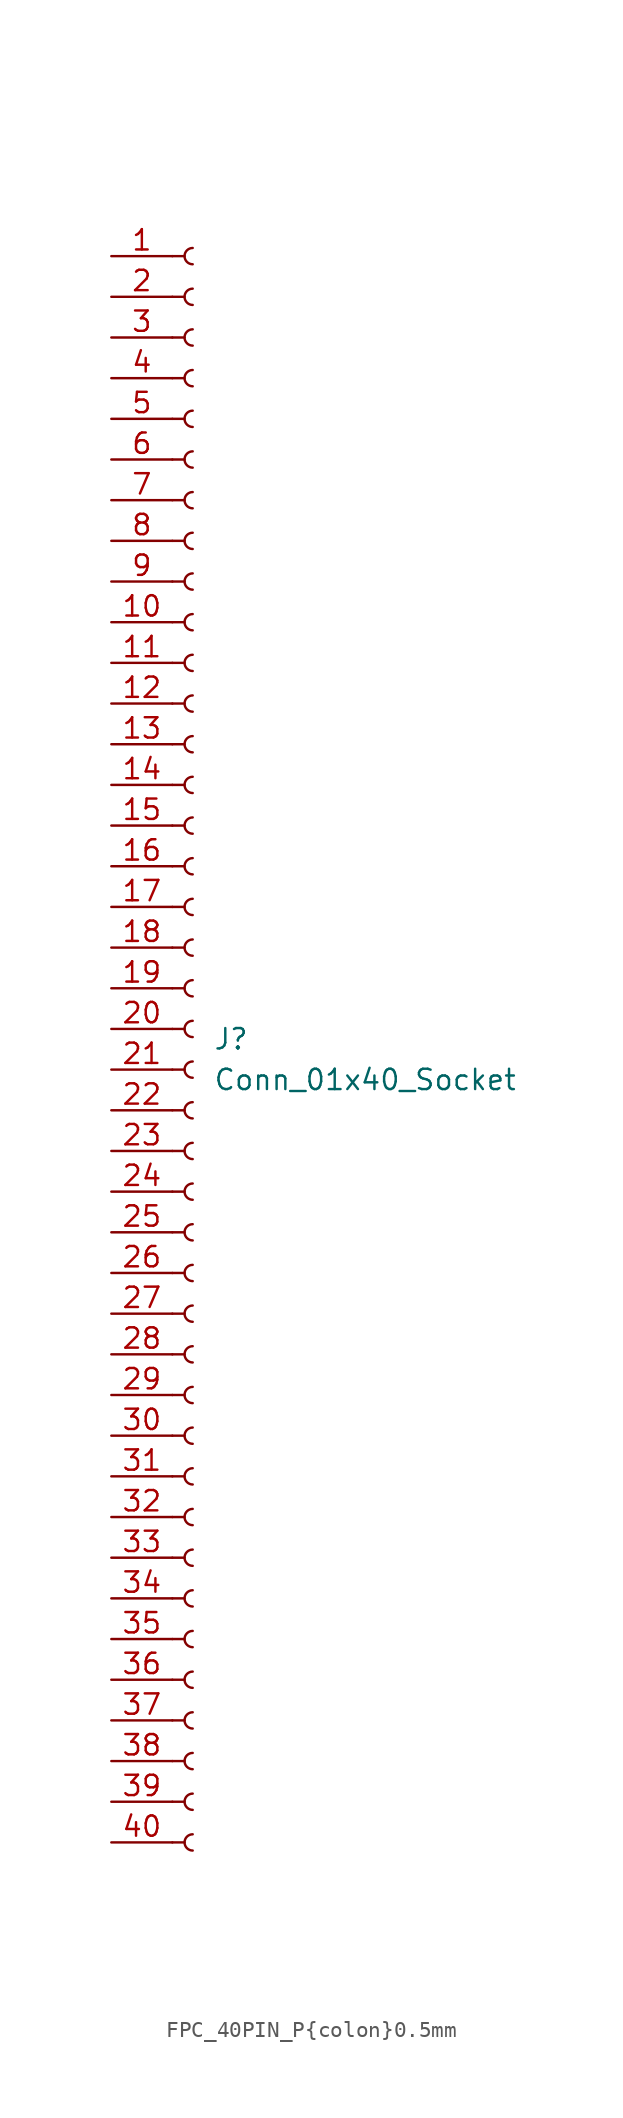
<source format=kicad_sym>
(kicad_symbol_lib
  (version 20220914)
  (generator kicad_symbol_editor)
  (symbol "FPC_40PIN_P{colon}0.5mm"
    (pin_names
      (offset 1.016) hide)
    (property "Reference" "J"
      (at 1.27 -0.635 0)
      (effects (font (size 1.27 1.27)) (justify left)))
    (property "Value" "Conn_01x40_Socket"
      (at 1.27 -3.175 0)
      (effects (font (size 1.27 1.27)) (justify left)))
    (property "mlc code" ""
      (at 0 0 0)
      (effects (font (size 1.27 1.27))))
    (property "MPN" ""
      (at 0 0 0)
      (effects (font (size 1.27 1.27))))
    (property "Manufacturer" ""
      (at 0 0 0)
      (effects (font (size 1.27 1.27))))
    (property "Main Value" ""
      (at 0 0 0)
      (effects (font (size 1.27 1.27))))
    (symbol "FPC_40PIN_P{colon}0.5mm_1_1"
      (arc (start 0 -50.292) (mid -0.5058 -50.8) (end 0 -51.308) (stroke (width 0.1524) (type default)) (fill (type none)))
      (arc (start 0 -47.752) (mid -0.5058 -48.26) (end 0 -48.768) (stroke (width 0.1524) (type default)) (fill (type none)))
      (arc (start 0 -45.212) (mid -0.5058 -45.72) (end 0 -46.228) (stroke (width 0.1524) (type default)) (fill (type none)))
      (arc (start 0 -42.672) (mid -0.5058 -43.18) (end 0 -43.688) (stroke (width 0.1524) (type default)) (fill (type none)))
      (arc (start 0 -40.132) (mid -0.5058 -40.64) (end 0 -41.148) (stroke (width 0.1524) (type default)) (fill (type none)))
      (arc (start 0 -37.592) (mid -0.5058 -38.1) (end 0 -38.608) (stroke (width 0.1524) (type default)) (fill (type none)))
      (arc (start 0 -35.052) (mid -0.5058 -35.56) (end 0 -36.068) (stroke (width 0.1524) (type default)) (fill (type none)))
      (arc (start 0 -32.512) (mid -0.5058 -33.02) (end 0 -33.528) (stroke (width 0.1524) (type default)) (fill (type none)))
      (arc (start 0 -29.972) (mid -0.5058 -30.48) (end 0 -30.988) (stroke (width 0.1524) (type default)) (fill (type none)))
      (arc (start 0 -27.432) (mid -0.5058 -27.94) (end 0 -28.448) (stroke (width 0.1524) (type default)) (fill (type none)))
      (arc (start 0 -24.892) (mid -0.5058 -25.4) (end 0 -25.908) (stroke (width 0.1524) (type default)) (fill (type none)))
      (arc (start 0 -22.352) (mid -0.5058 -22.86) (end 0 -23.368) (stroke (width 0.1524) (type default)) (fill (type none)))
      (arc (start 0 -19.812) (mid -0.5058 -20.32) (end 0 -20.828) (stroke (width 0.1524) (type default)) (fill (type none)))
      (arc (start 0 -17.272) (mid -0.5058 -17.78) (end 0 -18.288) (stroke (width 0.1524) (type default)) (fill (type none)))
      (arc (start 0 -14.732) (mid -0.5058 -15.24) (end 0 -15.748) (stroke (width 0.1524) (type default)) (fill (type none)))
      (arc (start 0 -12.192) (mid -0.5058 -12.7) (end 0 -13.208) (stroke (width 0.1524) (type default)) (fill (type none)))
      (arc (start 0 -9.652) (mid -0.5058 -10.16) (end 0 -10.668) (stroke (width 0.1524) (type default)) (fill (type none)))
      (arc (start 0 -7.112) (mid -0.5058 -7.62) (end 0 -8.128) (stroke (width 0.1524) (type default)) (fill (type none)))
      (arc (start 0 -4.572) (mid -0.5058 -5.08) (end 0 -5.588) (stroke (width 0.1524) (type default)) (fill (type none)))
      (arc (start 0 -2.032) (mid -0.5058 -2.54) (end 0 -3.048) (stroke (width 0.1524) (type default)) (fill (type none)))
      (polyline (pts (xy -1.27 -50.8) (xy -0.508 -50.8)) (stroke (width 0.152) (type default)) (fill (type none)))
      (polyline (pts (xy -1.27 -48.26) (xy -0.508 -48.26)) (stroke (width 0.152) (type default)) (fill (type none)))
      (polyline (pts (xy -1.27 -45.72) (xy -0.508 -45.72)) (stroke (width 0.152) (type default)) (fill (type none)))
      (polyline (pts (xy -1.27 -43.18) (xy -0.508 -43.18)) (stroke (width 0.152) (type default)) (fill (type none)))
      (polyline (pts (xy -1.27 -40.64) (xy -0.508 -40.64)) (stroke (width 0.152) (type default)) (fill (type none)))
      (polyline (pts (xy -1.27 -38.1) (xy -0.508 -38.1)) (stroke (width 0.152) (type default)) (fill (type none)))
      (polyline (pts (xy -1.27 -35.56) (xy -0.508 -35.56)) (stroke (width 0.152) (type default)) (fill (type none)))
      (polyline (pts (xy -1.27 -33.02) (xy -0.508 -33.02)) (stroke (width 0.152) (type default)) (fill (type none)))
      (polyline (pts (xy -1.27 -30.48) (xy -0.508 -30.48)) (stroke (width 0.152) (type default)) (fill (type none)))
      (polyline (pts (xy -1.27 -27.94) (xy -0.508 -27.94)) (stroke (width 0.152) (type default)) (fill (type none)))
      (polyline (pts (xy -1.27 -25.4) (xy -0.508 -25.4)) (stroke (width 0.152) (type default)) (fill (type none)))
      (polyline (pts (xy -1.27 -22.86) (xy -0.508 -22.86)) (stroke (width 0.152) (type default)) (fill (type none)))
      (polyline (pts (xy -1.27 -20.32) (xy -0.508 -20.32)) (stroke (width 0.152) (type default)) (fill (type none)))
      (polyline (pts (xy -1.27 -17.78) (xy -0.508 -17.78)) (stroke (width 0.152) (type default)) (fill (type none)))
      (polyline (pts (xy -1.27 -15.24) (xy -0.508 -15.24)) (stroke (width 0.152) (type default)) (fill (type none)))
      (polyline (pts (xy -1.27 -12.7) (xy -0.508 -12.7)) (stroke (width 0.152) (type default)) (fill (type none)))
      (polyline (pts (xy -1.27 -10.16) (xy -0.508 -10.16)) (stroke (width 0.152) (type default)) (fill (type none)))
      (polyline (pts (xy -1.27 -7.62) (xy -0.508 -7.62)) (stroke (width 0.152) (type default)) (fill (type none)))
      (polyline (pts (xy -1.27 -5.08) (xy -0.508 -5.08)) (stroke (width 0.152) (type default)) (fill (type none)))
      (polyline (pts (xy -1.27 -2.54) (xy -0.508 -2.54)) (stroke (width 0.152) (type default)) (fill (type none)))
      (polyline (pts (xy -1.27 0) (xy -0.508 0)) (stroke (width 0.152) (type default)) (fill (type none)))
      (polyline (pts (xy -1.27 2.54) (xy -0.508 2.54)) (stroke (width 0.152) (type default)) (fill (type none)))
      (polyline (pts (xy -1.27 5.08) (xy -0.508 5.08)) (stroke (width 0.152) (type default)) (fill (type none)))
      (polyline (pts (xy -1.27 7.62) (xy -0.508 7.62)) (stroke (width 0.152) (type default)) (fill (type none)))
      (polyline (pts (xy -1.27 10.16) (xy -0.508 10.16)) (stroke (width 0.152) (type default)) (fill (type none)))
      (polyline (pts (xy -1.27 12.7) (xy -0.508 12.7)) (stroke (width 0.152) (type default)) (fill (type none)))
      (polyline (pts (xy -1.27 15.24) (xy -0.508 15.24)) (stroke (width 0.152) (type default)) (fill (type none)))
      (polyline (pts (xy -1.27 17.78) (xy -0.508 17.78)) (stroke (width 0.152) (type default)) (fill (type none)))
      (polyline (pts (xy -1.27 20.32) (xy -0.508 20.32)) (stroke (width 0.152) (type default)) (fill (type none)))
      (polyline (pts (xy -1.27 22.86) (xy -0.508 22.86)) (stroke (width 0.152) (type default)) (fill (type none)))
      (polyline (pts (xy -1.27 25.4) (xy -0.508 25.4)) (stroke (width 0.152) (type default)) (fill (type none)))
      (polyline (pts (xy -1.27 27.94) (xy -0.508 27.94)) (stroke (width 0.152) (type default)) (fill (type none)))
      (polyline (pts (xy -1.27 30.48) (xy -0.508 30.48)) (stroke (width 0.152) (type default)) (fill (type none)))
      (polyline (pts (xy -1.27 33.02) (xy -0.508 33.02)) (stroke (width 0.152) (type default)) (fill (type none)))
      (polyline (pts (xy -1.27 35.56) (xy -0.508 35.56)) (stroke (width 0.152) (type default)) (fill (type none)))
      (polyline (pts (xy -1.27 38.1) (xy -0.508 38.1)) (stroke (width 0.152) (type default)) (fill (type none)))
      (polyline (pts (xy -1.27 40.64) (xy -0.508 40.64)) (stroke (width 0.152) (type default)) (fill (type none)))
      (polyline (pts (xy -1.27 43.18) (xy -0.508 43.18)) (stroke (width 0.152) (type default)) (fill (type none)))
      (polyline (pts (xy -1.27 45.72) (xy -0.508 45.72)) (stroke (width 0.152) (type default)) (fill (type none)))
      (polyline (pts (xy -1.27 48.26) (xy -0.508 48.26)) (stroke (width 0.152) (type default)) (fill (type none)))
      (arc (start 0 0.508) (mid -0.5058 0) (end 0 -0.508) (stroke (width 0.1524) (type default)) (fill (type none)))
      (arc (start 0 3.048) (mid -0.5058 2.54) (end 0 2.032) (stroke (width 0.1524) (type default)) (fill (type none)))
      (arc (start 0 5.588) (mid -0.5058 5.08) (end 0 4.572) (stroke (width 0.1524) (type default)) (fill (type none)))
      (arc (start 0 8.128) (mid -0.5058 7.62) (end 0 7.112) (stroke (width 0.1524) (type default)) (fill (type none)))
      (arc (start 0 10.668) (mid -0.5058 10.16) (end 0 9.652) (stroke (width 0.1524) (type default)) (fill (type none)))
      (arc (start 0 13.208) (mid -0.5058 12.7) (end 0 12.192) (stroke (width 0.1524) (type default)) (fill (type none)))
      (arc (start 0 15.748) (mid -0.5058 15.24) (end 0 14.732) (stroke (width 0.1524) (type default)) (fill (type none)))
      (arc (start 0 18.288) (mid -0.5058 17.78) (end 0 17.272) (stroke (width 0.1524) (type default)) (fill (type none)))
      (arc (start 0 20.828) (mid -0.5058 20.32) (end 0 19.812) (stroke (width 0.1524) (type default)) (fill (type none)))
      (arc (start 0 23.368) (mid -0.5058 22.86) (end 0 22.352) (stroke (width 0.1524) (type default)) (fill (type none)))
      (arc (start 0 25.908) (mid -0.5058 25.4) (end 0 24.892) (stroke (width 0.1524) (type default)) (fill (type none)))
      (arc (start 0 28.448) (mid -0.5058 27.94) (end 0 27.432) (stroke (width 0.1524) (type default)) (fill (type none)))
      (arc (start 0 30.988) (mid -0.5058 30.48) (end 0 29.972) (stroke (width 0.1524) (type default)) (fill (type none)))
      (arc (start 0 33.528) (mid -0.5058 33.02) (end 0 32.512) (stroke (width 0.1524) (type default)) (fill (type none)))
      (arc (start 0 36.068) (mid -0.5058 35.56) (end 0 35.052) (stroke (width 0.1524) (type default)) (fill (type none)))
      (arc (start 0 38.608) (mid -0.5058 38.1) (end 0 37.592) (stroke (width 0.1524) (type default)) (fill (type none)))
      (arc (start 0 41.148) (mid -0.5058 40.64) (end 0 40.132) (stroke (width 0.1524) (type default)) (fill (type none)))
      (arc (start 0 43.688) (mid -0.5058 43.18) (end 0 42.672) (stroke (width 0.1524) (type default)) (fill (type none)))
      (arc (start 0 46.228) (mid -0.5058 45.72) (end 0 45.212) (stroke (width 0.1524) (type default)) (fill (type none)))
      (arc (start 0 48.768) (mid -0.5058 48.26) (end 0 47.752) (stroke (width 0.1524) (type default)) (fill (type none)))
      (pin passive line (at -5.08 48.26 0) (length 3.81) (name "Pin_1" (effects (font (size 1.27 1.27)))) (number "1" (effects (font (size 1.27 1.27)))))
      (pin passive line (at -5.08 25.4 0) (length 3.81) (name "Pin_10" (effects (font (size 1.27 1.27)))) (number "10" (effects (font (size 1.27 1.27)))))
      (pin passive line (at -5.08 22.86 0) (length 3.81) (name "Pin_11" (effects (font (size 1.27 1.27)))) (number "11" (effects (font (size 1.27 1.27)))))
      (pin passive line (at -5.08 20.32 0) (length 3.81) (name "Pin_12" (effects (font (size 1.27 1.27)))) (number "12" (effects (font (size 1.27 1.27)))))
      (pin passive line (at -5.08 17.78 0) (length 3.81) (name "Pin_13" (effects (font (size 1.27 1.27)))) (number "13" (effects (font (size 1.27 1.27)))))
      (pin passive line (at -5.08 15.24 0) (length 3.81) (name "Pin_14" (effects (font (size 1.27 1.27)))) (number "14" (effects (font (size 1.27 1.27)))))
      (pin passive line (at -5.08 12.7 0) (length 3.81) (name "Pin_15" (effects (font (size 1.27 1.27)))) (number "15" (effects (font (size 1.27 1.27)))))
      (pin passive line (at -5.08 10.16 0) (length 3.81) (name "Pin_16" (effects (font (size 1.27 1.27)))) (number "16" (effects (font (size 1.27 1.27)))))
      (pin passive line (at -5.08 7.62 0) (length 3.81) (name "Pin_17" (effects (font (size 1.27 1.27)))) (number "17" (effects (font (size 1.27 1.27)))))
      (pin passive line (at -5.08 5.08 0) (length 3.81) (name "Pin_18" (effects (font (size 1.27 1.27)))) (number "18" (effects (font (size 1.27 1.27)))))
      (pin passive line (at -5.08 2.54 0) (length 3.81) (name "Pin_19" (effects (font (size 1.27 1.27)))) (number "19" (effects (font (size 1.27 1.27)))))
      (pin passive line (at -5.08 45.72 0) (length 3.81) (name "Pin_2" (effects (font (size 1.27 1.27)))) (number "2" (effects (font (size 1.27 1.27)))))
      (pin passive line (at -5.08 0 0) (length 3.81) (name "Pin_20" (effects (font (size 1.27 1.27)))) (number "20" (effects (font (size 1.27 1.27)))))
      (pin passive line (at -5.08 -2.54 0) (length 3.81) (name "Pin_21" (effects (font (size 1.27 1.27)))) (number "21" (effects (font (size 1.27 1.27)))))
      (pin passive line (at -5.08 -5.08 0) (length 3.81) (name "Pin_22" (effects (font (size 1.27 1.27)))) (number "22" (effects (font (size 1.27 1.27)))))
      (pin passive line (at -5.08 -7.62 0) (length 3.81) (name "Pin_23" (effects (font (size 1.27 1.27)))) (number "23" (effects (font (size 1.27 1.27)))))
      (pin passive line (at -5.08 -10.16 0) (length 3.81) (name "Pin_24" (effects (font (size 1.27 1.27)))) (number "24" (effects (font (size 1.27 1.27)))))
      (pin passive line (at -5.08 -12.7 0) (length 3.81) (name "Pin_25" (effects (font (size 1.27 1.27)))) (number "25" (effects (font (size 1.27 1.27)))))
      (pin passive line (at -5.08 -15.24 0) (length 3.81) (name "Pin_26" (effects (font (size 1.27 1.27)))) (number "26" (effects (font (size 1.27 1.27)))))
      (pin passive line (at -5.08 -17.78 0) (length 3.81) (name "Pin_27" (effects (font (size 1.27 1.27)))) (number "27" (effects (font (size 1.27 1.27)))))
      (pin passive line (at -5.08 -20.32 0) (length 3.81) (name "Pin_28" (effects (font (size 1.27 1.27)))) (number "28" (effects (font (size 1.27 1.27)))))
      (pin passive line (at -5.08 -22.86 0) (length 3.81) (name "Pin_29" (effects (font (size 1.27 1.27)))) (number "29" (effects (font (size 1.27 1.27)))))
      (pin passive line (at -5.08 43.18 0) (length 3.81) (name "Pin_3" (effects (font (size 1.27 1.27)))) (number "3" (effects (font (size 1.27 1.27)))))
      (pin passive line (at -5.08 -25.4 0) (length 3.81) (name "Pin_30" (effects (font (size 1.27 1.27)))) (number "30" (effects (font (size 1.27 1.27)))))
      (pin passive line (at -5.08 -27.94 0) (length 3.81) (name "Pin_31" (effects (font (size 1.27 1.27)))) (number "31" (effects (font (size 1.27 1.27)))))
      (pin passive line (at -5.08 -30.48 0) (length 3.81) (name "Pin_32" (effects (font (size 1.27 1.27)))) (number "32" (effects (font (size 1.27 1.27)))))
      (pin passive line (at -5.08 -33.02 0) (length 3.81) (name "Pin_33" (effects (font (size 1.27 1.27)))) (number "33" (effects (font (size 1.27 1.27)))))
      (pin passive line (at -5.08 -35.56 0) (length 3.81) (name "Pin_34" (effects (font (size 1.27 1.27)))) (number "34" (effects (font (size 1.27 1.27)))))
      (pin passive line (at -5.08 -38.1 0) (length 3.81) (name "Pin_35" (effects (font (size 1.27 1.27)))) (number "35" (effects (font (size 1.27 1.27)))))
      (pin passive line (at -5.08 -40.64 0) (length 3.81) (name "Pin_36" (effects (font (size 1.27 1.27)))) (number "36" (effects (font (size 1.27 1.27)))))
      (pin passive line (at -5.08 -43.18 0) (length 3.81) (name "Pin_37" (effects (font (size 1.27 1.27)))) (number "37" (effects (font (size 1.27 1.27)))))
      (pin passive line (at -5.08 -45.72 0) (length 3.81) (name "Pin_38" (effects (font (size 1.27 1.27)))) (number "38" (effects (font (size 1.27 1.27)))))
      (pin passive line (at -5.08 -48.26 0) (length 3.81) (name "Pin_39" (effects (font (size 1.27 1.27)))) (number "39" (effects (font (size 1.27 1.27)))))
      (pin passive line (at -5.08 40.64 0) (length 3.81) (name "Pin_4" (effects (font (size 1.27 1.27)))) (number "4" (effects (font (size 1.27 1.27)))))
      (pin passive line (at -5.08 -50.8 0) (length 3.81) (name "Pin_40" (effects (font (size 1.27 1.27)))) (number "40" (effects (font (size 1.27 1.27)))))
      (pin passive line (at -5.08 38.1 0) (length 3.81) (name "Pin_5" (effects (font (size 1.27 1.27)))) (number "5" (effects (font (size 1.27 1.27)))))
      (pin passive line (at -5.08 35.56 0) (length 3.81) (name "Pin_6" (effects (font (size 1.27 1.27)))) (number "6" (effects (font (size 1.27 1.27)))))
      (pin passive line (at -5.08 33.02 0) (length 3.81) (name "Pin_7" (effects (font (size 1.27 1.27)))) (number "7" (effects (font (size 1.27 1.27)))))
      (pin passive line (at -5.08 30.48 0) (length 3.81) (name "Pin_8" (effects (font (size 1.27 1.27)))) (number "8" (effects (font (size 1.27 1.27)))))
      (pin passive line (at -5.08 27.94 0) (length 3.81) (name "Pin_9" (effects (font (size 1.27 1.27)))) (number "9" (effects (font (size 1.27 1.27))))))))
</source>
